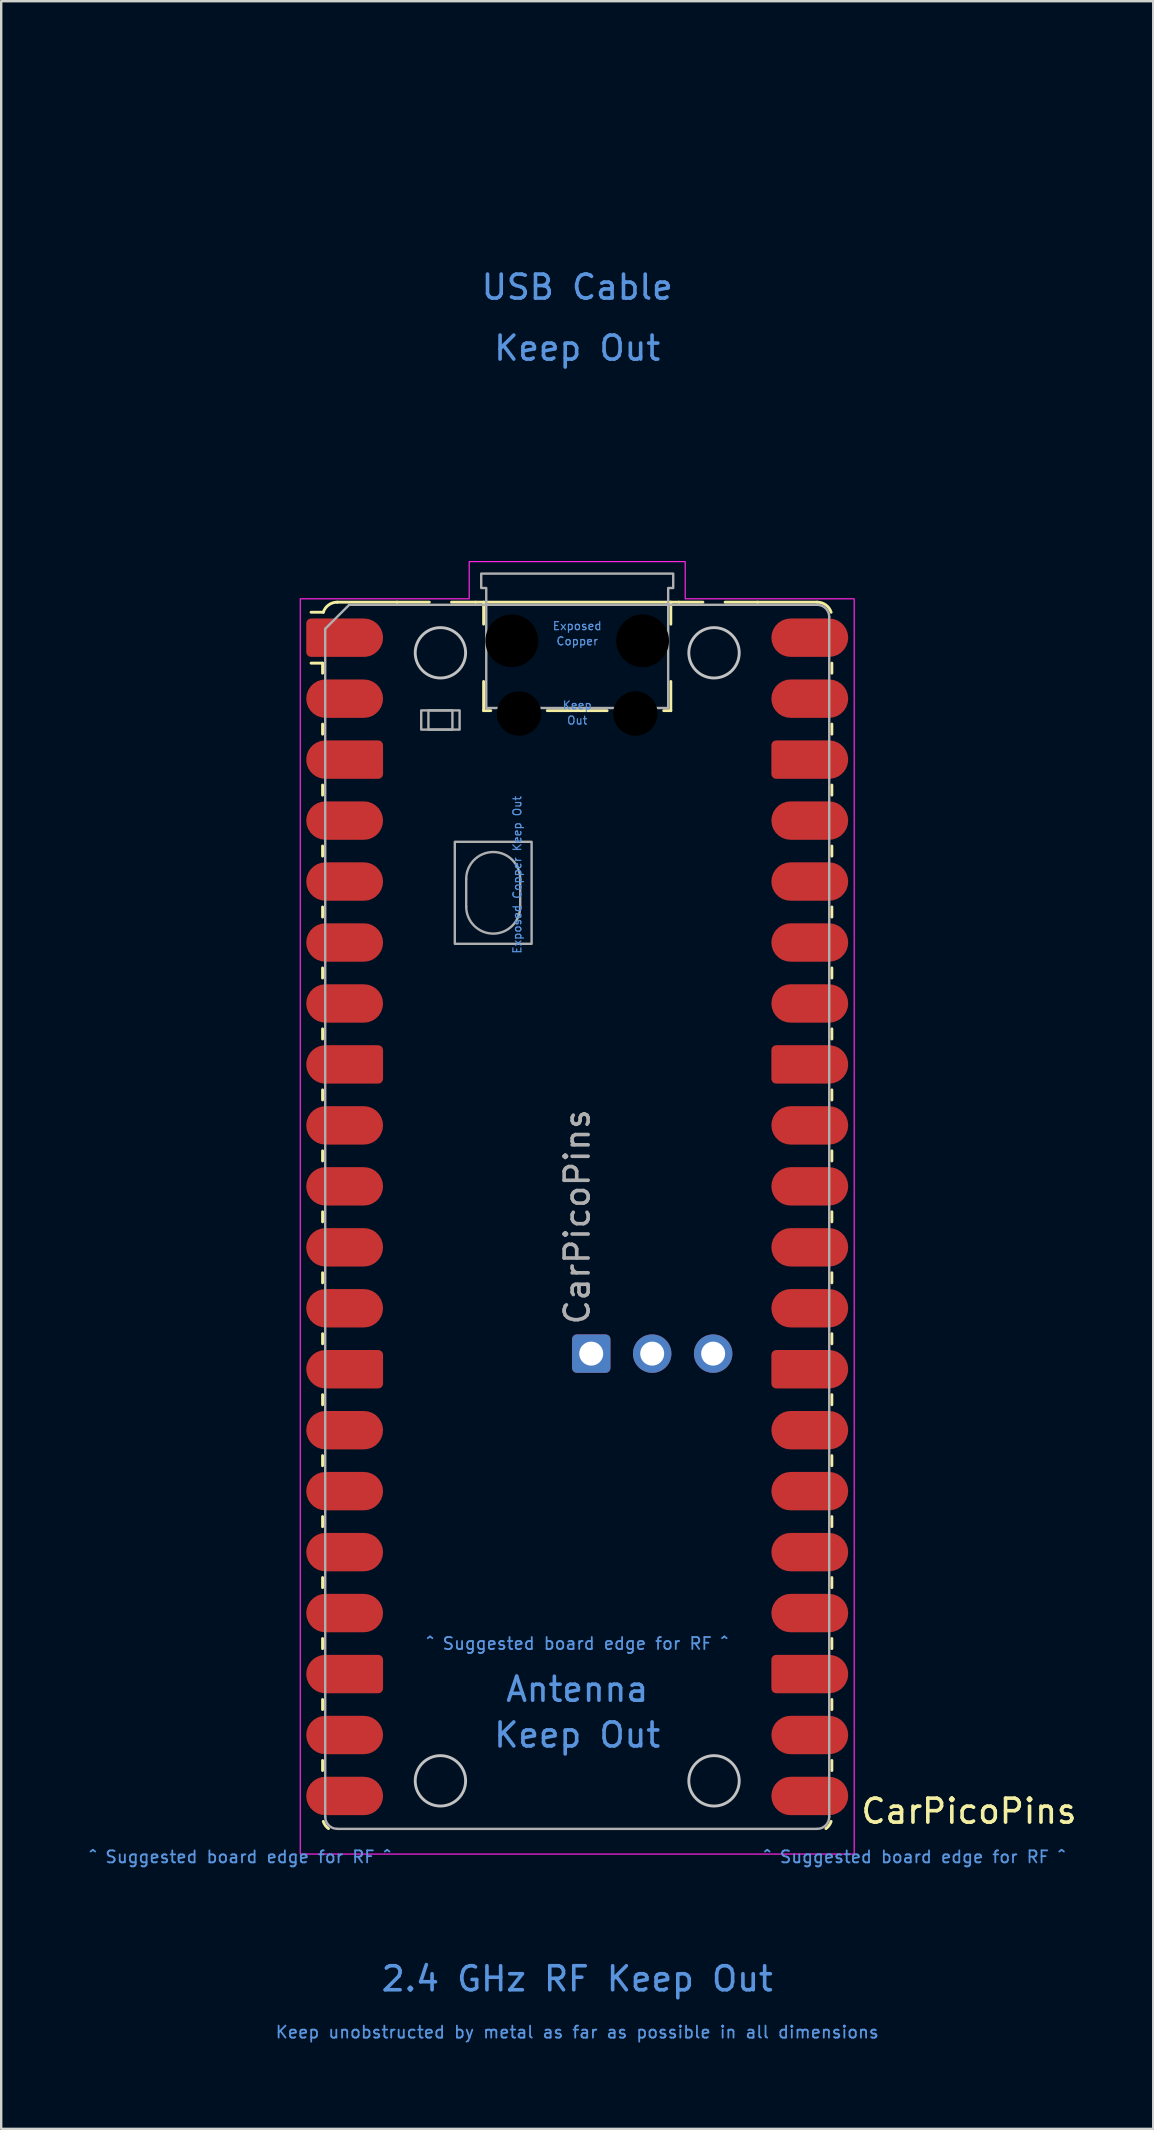
<source format=kicad_pcb>
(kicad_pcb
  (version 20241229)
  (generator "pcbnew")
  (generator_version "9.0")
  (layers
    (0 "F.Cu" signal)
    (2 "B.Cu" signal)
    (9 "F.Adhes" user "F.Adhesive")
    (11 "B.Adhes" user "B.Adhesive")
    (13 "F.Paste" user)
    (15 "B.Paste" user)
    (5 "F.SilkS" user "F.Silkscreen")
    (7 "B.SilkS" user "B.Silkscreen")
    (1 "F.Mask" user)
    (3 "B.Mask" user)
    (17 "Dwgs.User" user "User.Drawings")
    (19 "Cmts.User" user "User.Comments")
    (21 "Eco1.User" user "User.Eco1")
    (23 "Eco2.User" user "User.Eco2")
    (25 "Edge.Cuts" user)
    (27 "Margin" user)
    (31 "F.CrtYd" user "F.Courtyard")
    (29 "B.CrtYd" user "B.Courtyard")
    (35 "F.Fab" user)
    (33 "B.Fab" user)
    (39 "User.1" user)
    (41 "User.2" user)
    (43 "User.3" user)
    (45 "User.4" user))
  (footprint "CarPicoPins"
    (layer "F.Cu")
    (at 21 47.65)
    (property "Reference" "CarPicoPins" (at 11.748 24.765 0) (unlocked yes) (layer "F.SilkS") (effects (font (size 1 1) (thickness 0.15)) (justify left)))
    (attr smd)
    (fp_line (start -10.61 -23.07) (end -11.09 -23.07) (stroke (width 0.12) (type solid)) (layer "F.SilkS"))
    (fp_line (start -10.61 -23.07) (end -10.61 -22.65) (stroke (width 0.12) (type solid)) (layer "F.SilkS"))
    (fp_line (start -10.61 -20.53) (end -10.61 -20.11) (stroke (width 0.12) (type solid)) (layer "F.SilkS"))
    (fp_line (start -10.61 -17.99) (end -10.61 -17.57) (stroke (width 0.12) (type solid)) (layer "F.SilkS"))
    (fp_line (start -10.61 -15.45) (end -10.61 -15.03) (stroke (width 0.12) (type solid)) (layer "F.SilkS"))
    (fp_line (start -10.61 -12.91) (end -10.61 -12.49) (stroke (width 0.12) (type solid)) (layer "F.SilkS"))
    (fp_line (start -10.61 -10.37) (end -10.61 -9.95) (stroke (width 0.12) (type solid)) (layer "F.SilkS"))
    (fp_line (start -10.61 -7.83) (end -10.61 -7.41) (stroke (width 0.12) (type solid)) (layer "F.SilkS"))
    (fp_line (start -10.61 -5.29) (end -10.61 -4.87) (stroke (width 0.12) (type solid)) (layer "F.SilkS"))
    (fp_line (start -10.61 -2.75) (end -10.61 -2.33) (stroke (width 0.12) (type solid)) (layer "F.SilkS"))
    (fp_line (start -10.61 -0.21) (end -10.61 0.21) (stroke (width 0.12) (type solid)) (layer "F.SilkS"))
    (fp_line (start -10.61 2.33) (end -10.61 2.75) (stroke (width 0.12) (type solid)) (layer "F.SilkS"))
    (fp_line (start -10.61 4.87) (end -10.61 5.29) (stroke (width 0.12) (type solid)) (layer "F.SilkS"))
    (fp_line (start -10.61 7.41) (end -10.61 7.83) (stroke (width 0.12) (type solid)) (layer "F.SilkS"))
    (fp_line (start -10.61 9.95) (end -10.61 10.37) (stroke (width 0.12) (type solid)) (layer "F.SilkS"))
    (fp_line (start -10.61 12.49) (end -10.61 12.91) (stroke (width 0.12) (type solid)) (layer "F.SilkS"))
    (fp_line (start -10.61 15.03) (end -10.61 15.45) (stroke (width 0.12) (type solid)) (layer "F.SilkS"))
    (fp_line (start -10.61 17.57) (end -10.61 17.99) (stroke (width 0.12) (type solid)) (layer "F.SilkS"))
    (fp_line (start -10.61 20.11) (end -10.61 20.53) (stroke (width 0.12) (type solid)) (layer "F.SilkS"))
    (fp_line (start -10.61 22.65) (end -10.61 23.07) (stroke (width 0.12) (type solid)) (layer "F.SilkS"))
    (fp_line (start -10.58 -25.19) (end -11.09 -25.19) (stroke (width 0.12) (type solid)) (layer "F.SilkS"))
    (fp_line (start -10 -25.61) (end -7.51 -25.61) (stroke (width 0.12) (type solid)) (layer "F.SilkS"))
    (fp_line (start -7.51 -25.61) (end -6.162 -25.61) (stroke (width 0.12) (type solid)) (layer "F.SilkS"))
    (fp_line (start -5.238 -25.61) (end -4.235 -25.61) (stroke (width 0.12) (type solid)) (layer "F.SilkS"))
    (fp_line (start -4.235 -25.61) (end 4.235 -25.61) (stroke (width 0.12) (type solid)) (layer "F.SilkS"))
    (fp_line (start -3.9 -25.61) (end -3.9 -24.694) (stroke (width 0.12) (type solid)) (layer "F.SilkS"))
    (fp_line (start -3.9 -22.306) (end -3.9 -21.09) (stroke (width 0.12) (type solid)) (layer "F.SilkS"))
    (fp_line (start -3.9 -21.09) (end -3.604 -21.09) (stroke (width 0.12) (type solid)) (layer "F.SilkS"))
    (fp_line (start -1.246 -21.09) (end 1.246 -21.09) (stroke (width 0.12) (type solid)) (layer "F.SilkS"))
    (fp_line (start 3.604 -21.09) (end 3.9 -21.09) (stroke (width 0.12) (type solid)) (layer "F.SilkS"))
    (fp_line (start 3.9 -25.61) (end 3.9 -24.694) (stroke (width 0.12) (type solid)) (layer "F.SilkS"))
    (fp_line (start 3.9 -22.306) (end 3.9 -21.09) (stroke (width 0.12) (type solid)) (layer "F.SilkS"))
    (fp_line (start 4.235 -25.61) (end 5.238 -25.61) (stroke (width 0.12) (type solid)) (layer "F.SilkS"))
    (fp_line (start 6.162 -25.61) (end 7.51 -25.61) (stroke (width 0.12) (type solid)) (layer "F.SilkS"))
    (fp_line (start 10 -25.61) (end 7.51 -25.61) (stroke (width 0.12) (type solid)) (layer "F.SilkS"))
    (fp_line (start 10.61 -23.07) (end 10.61 -22.65) (stroke (width 0.12) (type solid)) (layer "F.SilkS"))
    (fp_line (start 10.61 -20.53) (end 10.61 -20.11) (stroke (width 0.12) (type solid)) (layer "F.SilkS"))
    (fp_line (start 10.61 -17.99) (end 10.61 -17.57) (stroke (width 0.12) (type solid)) (layer "F.SilkS"))
    (fp_line (start 10.61 -15.45) (end 10.61 -15.03) (stroke (width 0.12) (type solid)) (layer "F.SilkS"))
    (fp_line (start 10.61 -12.91) (end 10.61 -12.49) (stroke (width 0.12) (type solid)) (layer "F.SilkS"))
    (fp_line (start 10.61 -10.37) (end 10.61 -9.95) (stroke (width 0.12) (type solid)) (layer "F.SilkS"))
    (fp_line (start 10.61 -7.83) (end 10.61 -7.41) (stroke (width 0.12) (type solid)) (layer "F.SilkS"))
    (fp_line (start 10.61 -5.29) (end 10.61 -4.87) (stroke (width 0.12) (type solid)) (layer "F.SilkS"))
    (fp_line (start 10.61 -2.75) (end 10.61 -2.33) (stroke (width 0.12) (type solid)) (layer "F.SilkS"))
    (fp_line (start 10.61 -0.21) (end 10.61 0.21) (stroke (width 0.12) (type solid)) (layer "F.SilkS"))
    (fp_line (start 10.61 2.33) (end 10.61 2.75) (stroke (width 0.12) (type solid)) (layer "F.SilkS"))
    (fp_line (start 10.61 4.87) (end 10.61 5.29) (stroke (width 0.12) (type solid)) (layer "F.SilkS"))
    (fp_line (start 10.61 7.41) (end 10.61 7.83) (stroke (width 0.12) (type solid)) (layer "F.SilkS"))
    (fp_line (start 10.61 9.95) (end 10.61 10.37) (stroke (width 0.12) (type solid)) (layer "F.SilkS"))
    (fp_line (start 10.61 12.49) (end 10.61 12.91) (stroke (width 0.12) (type solid)) (layer "F.SilkS"))
    (fp_line (start 10.61 15.03) (end 10.61 15.45) (stroke (width 0.12) (type solid)) (layer "F.SilkS"))
    (fp_line (start 10.61 17.57) (end 10.61 17.99) (stroke (width 0.12) (type solid)) (layer "F.SilkS"))
    (fp_line (start 10.61 20.11) (end 10.61 20.53) (stroke (width 0.12) (type solid)) (layer "F.SilkS"))
    (fp_line (start 10.61 22.65) (end 10.61 23.07) (stroke (width 0.12) (type solid)) (layer "F.SilkS"))
    (fp_arc (start -10.579676 -25.19) (mid -10.357938 -25.493944) (end -10 -25.61) (stroke (width 0.12) (type solid)) (layer "F.SilkS"))
    (fp_arc (start -10.363318 25.49) (mid -10.494791 25.356765) (end -10.579676 25.189937) (stroke (width 0.12) (type solid)) (layer "F.SilkS"))
    (fp_arc (start 10 -25.61) (mid 10.357937 -25.493944) (end 10.579676 -25.189937) (stroke (width 0.12) (type solid)) (layer "F.SilkS"))
    (fp_arc (start 10.579676 25.189937) (mid 10.494803 25.356773) (end 10.363318 25.49) (stroke (width 0.12) (type solid)) (layer "F.SilkS"))
    (fp_circle (center -5.7 -23.5) (end -4.65 -23.5) (stroke (width 0.12) (type solid)) (fill no) (layer "Dwgs.User"))
    (fp_circle (center -5.7 23.5) (end -4.65 23.5) (stroke (width 0.12) (type solid)) (fill no) (layer "Dwgs.User"))
    (fp_circle (center 5.7 -23.5) (end 6.75 -23.5) (stroke (width 0.12) (type solid)) (fill no) (layer "Dwgs.User"))
    (fp_circle (center 5.7 23.5) (end 6.75 23.5) (stroke (width 0.12) (type solid)) (fill no) (layer "Dwgs.User"))
    (fp_poly (pts (xy -4.5 -27.3) (xy 4.5 -27.3) (xy 4.5 -25.75) (xy 11.54 -25.75) (xy 11.54 26.55) (xy -11.54 26.55) (xy -11.54 -25.75) (xy -4.5 -25.75)) (stroke (width 0.05) (type solid)) (fill no) (layer "F.CrtYd"))
    (fp_line (start -10.5 -24.5) (end -9.5 -25.5) (stroke (width 0.1) (type solid)) (layer "F.Fab"))
    (fp_line (start -10.5 25) (end -10.5 -24.5) (stroke (width 0.1) (type solid)) (layer "F.Fab"))
    (fp_line (start -9.5 -25.5) (end 10 -25.5) (stroke (width 0.1) (type solid)) (layer "F.Fab"))
    (fp_line (start -4.625 -14.075) (end -4.625 -12.925) (stroke (width 0.1) (type solid)) (layer "F.Fab"))
    (fp_line (start -2.375 -14.075) (end -2.375 -12.925) (stroke (width 0.1) (type solid)) (layer "F.Fab"))
    (fp_line (start 10 25.5) (end -10 25.5) (stroke (width 0.1) (type solid)) (layer "F.Fab"))
    (fp_line (start 10.5 -25) (end 10.5 25) (stroke (width 0.1) (type solid)) (layer "F.Fab"))
    (fp_rect (start -6.5 -21.1) (end -4.9 -20.3) (stroke (width 0.1) (type solid)) (fill no) (layer "F.Fab"))
    (fp_rect (start -6.2 -21.1) (end -5.2 -20.3) (stroke (width 0.1) (type solid)) (fill no) (layer "F.Fab"))
    (fp_rect (start -5.1 -15.625) (end -1.9 -11.375) (stroke (width 0.1) (type solid)) (fill no) (layer "F.Fab"))
    (fp_arc (start -10 25.5) (mid -10.353553 25.353553) (end -10.5 25) (stroke (width 0.1) (type solid)) (layer "F.Fab"))
    (fp_arc (start -4.625 -14.075) (mid -3.5 -15.2) (end -2.375 -14.075) (stroke (width 0.1) (type solid)) (layer "F.Fab"))
    (fp_arc (start -2.375 -12.925) (mid -3.5 -11.8) (end -4.625 -12.925) (stroke (width 0.1) (type solid)) (layer "F.Fab"))
    (fp_arc (start 10 -25.5) (mid 10.353553 -25.353553) (end 10.5 -25) (stroke (width 0.1) (type solid)) (layer "F.Fab"))
    (fp_arc (start 10.5 25) (mid 10.353553 25.353553) (end 10 25.5) (stroke (width 0.1) (type solid)) (layer "F.Fab"))
    (fp_poly (pts (xy 3.79 -21.2) (xy 3.79 -26.2) (xy 4 -26.2) (xy 4 -26.8) (xy -4 -26.8) (xy -4 -26.2) (xy -3.79 -26.2) (xy -3.79 -21.2)) (stroke (width 0.1) (type solid)) (fill no) (layer "F.Fab"))
    (fp_text user "Keep" (at 0 -21.317 0) (unlocked yes) (layer "Cmts.User") (effects (font (size 0.333 0.333) (thickness 0.05))))
    (fp_text user "Exposed Copper Keep Out" (at -2.5 -14.25 90) (unlocked yes) (layer "Cmts.User") (effects (font (size 0.333 0.333) (thickness 0.05))))
    (fp_text user "2.4 GHz RF Keep Out" (at 0 31.75 0) (unlocked yes) (layer "Cmts.User") (effects (font (size 1 1) (thickness 0.15))))
    (fp_text user "^ Suggested board edge for RF ^" (at -14.05 26.67 0) (unlocked yes) (layer "Cmts.User") (effects (font (size 0.5 0.5) (thickness 0.075))))
    (fp_text user "Antenna" (at 0 19.685 0) (unlocked yes) (layer "Cmts.User") (effects (font (size 1 1) (thickness 0.15))))
    (fp_text user "Copper" (at 0 -23.983 0) (unlocked yes) (layer "Cmts.User") (effects (font (size 0.333 0.333) (thickness 0.05))))
    (fp_text user "Out" (at 0 -20.683 0) (unlocked yes) (layer "Cmts.User") (effects (font (size 0.333 0.333) (thickness 0.05))))
    (fp_text user "Exposed" (at 0 -24.617 0) (unlocked yes) (layer "Cmts.User") (effects (font (size 0.333 0.333) (thickness 0.05))))
    (fp_text user "Keep unobstructed by metal as far as possible in all dimensions" (at 0 33.972 0) (unlocked yes) (layer "Cmts.User") (effects (font (size 0.5 0.5) (thickness 0.075))))
    (fp_text user "USB Cable" (at 0 -38.735 0) (unlocked yes) (layer "Cmts.User") (effects (font (size 1 1) (thickness 0.15))))
    (fp_text user "Keep Out" (at 0 21.59 0) (unlocked yes) (layer "Cmts.User") (effects (font (size 1 1) (thickness 0.15))))
    (fp_text user "^ Suggested board edge for RF ^" (at 0 17.78 0) (unlocked yes) (layer "Cmts.User") (effects (font (size 0.5 0.5) (thickness 0.075))))
    (fp_text user "^ Suggested board edge for RF ^" (at 14.05 26.67 0) (unlocked yes) (layer "Cmts.User") (effects (font (size 0.5 0.5) (thickness 0.075))))
    (fp_text user "Keep Out" (at 0 -36.195 0) (unlocked yes) (layer "Cmts.User") (effects (font (size 1 1) (thickness 0.15))))
    (fp_text user "${REFERENCE}" (at 0 0 90) (layer "F.Fab") (effects (font (size 1 1) (thickness 0.15))))
    (pad "" smd rect (at -8.89 -24.13) (size 3.8 2.2) (drill (offset -0.8 0)) (layers "F.Paste"))
    (pad "" smd rect (at -8.89 -21.59) (size 3.8 2.2) (drill (offset -0.8 0)) (layers "F.Paste"))
    (pad "" smd rect (at -8.89 -19.05) (size 3.8 2.2) (drill (offset -0.8 0)) (layers "F.Paste"))
    (pad "" smd rect (at -8.89 -16.51) (size 3.8 2.2) (drill (offset -0.8 0)) (layers "F.Paste"))
    (pad "" smd rect (at -8.89 -13.97) (size 3.8 2.2) (drill (offset -0.8 0)) (layers "F.Paste"))
    (pad "" smd rect (at -8.89 -11.43) (size 3.8 2.2) (drill (offset -0.8 0)) (layers "F.Paste"))
    (pad "" smd rect (at -8.89 -8.89) (size 3.8 2.2) (drill (offset -0.8 0)) (layers "F.Paste"))
    (pad "" smd rect (at -8.89 -6.35) (size 3.8 2.2) (drill (offset -0.8 0)) (layers "F.Paste"))
    (pad "" smd rect (at -8.89 -3.81) (size 3.8 2.2) (drill (offset -0.8 0)) (layers "F.Paste"))
    (pad "" smd rect (at -8.89 -1.27) (size 3.8 2.2) (drill (offset -0.8 0)) (layers "F.Paste"))
    (pad "" smd rect (at -8.89 1.27) (size 3.8 2.2) (drill (offset -0.8 0)) (layers "F.Paste"))
    (pad "" smd rect (at -8.89 3.81) (size 3.8 2.2) (drill (offset -0.8 0)) (layers "F.Paste"))
    (pad "" smd rect (at -8.89 6.35) (size 3.8 2.2) (drill (offset -0.8 0)) (layers "F.Paste"))
    (pad "" smd rect (at -8.89 8.89) (size 3.8 2.2) (drill (offset -0.8 0)) (layers "F.Paste"))
    (pad "" smd rect (at -8.89 11.43) (size 3.8 2.2) (drill (offset -0.8 0)) (layers "F.Paste"))
    (pad "" smd rect (at -8.89 13.97) (size 3.8 2.2) (drill (offset -0.8 0)) (layers "F.Paste"))
    (pad "" smd rect (at -8.89 16.51) (size 3.8 2.2) (drill (offset -0.8 0)) (layers "F.Paste"))
    (pad "" smd rect (at -8.89 19.05) (size 3.8 2.2) (drill (offset -0.8 0)) (layers "F.Paste"))
    (pad "" smd rect (at -8.89 21.59) (size 3.8 2.2) (drill (offset -0.8 0)) (layers "F.Paste"))
    (pad "" smd rect (at -8.89 24.13) (size 3.8 2.2) (drill (offset -0.8 0)) (layers "F.Paste"))
    (pad "" np_thru_hole circle (at -2.725 -24) (size 2.2 2.2) (drill 2.2) (layers "*.Mask"))
    (pad "" np_thru_hole circle (at -2.425 -20.97) (size 1.85 1.85) (drill 1.85) (layers "*.Mask"))
    (pad "" np_thru_hole circle (at 2.425 -20.97) (size 1.85 1.85) (drill 1.85) (layers "*.Mask"))
    (pad "" np_thru_hole circle (at 2.725 -24) (size 2.2 2.2) (drill 2.2) (layers "*.Mask"))
    (pad "" smd rect (at 8.89 -24.13) (size 3.8 2.2) (drill (offset 0.8 0)) (layers "F.Paste"))
    (pad "" smd rect (at 8.89 -21.59) (size 3.8 2.2) (drill (offset 0.8 0)) (layers "F.Paste"))
    (pad "" smd rect (at 8.89 -19.05) (size 3.8 2.2) (drill (offset 0.8 0)) (layers "F.Paste"))
    (pad "" smd rect (at 8.89 -16.51) (size 3.8 2.2) (drill (offset 0.8 0)) (layers "F.Paste"))
    (pad "" smd rect (at 8.89 -13.97) (size 3.8 2.2) (drill (offset 0.8 0)) (layers "F.Paste"))
    (pad "" smd rect (at 8.89 -11.43) (size 3.8 2.2) (drill (offset 0.8 0)) (layers "F.Paste"))
    (pad "" smd rect (at 8.89 -8.89) (size 3.8 2.2) (drill (offset 0.8 0)) (layers "F.Paste"))
    (pad "" smd rect (at 8.89 -6.35) (size 3.8 2.2) (drill (offset 0.8 0)) (layers "F.Paste"))
    (pad "" smd rect (at 8.89 -3.81) (size 3.8 2.2) (drill (offset 0.8 0)) (layers "F.Paste"))
    (pad "" smd rect (at 8.89 -1.27) (size 3.8 2.2) (drill (offset 0.8 0)) (layers "F.Paste"))
    (pad "" smd rect (at 8.89 1.27) (size 3.8 2.2) (drill (offset 0.8 0)) (layers "F.Paste"))
    (pad "" smd rect (at 8.89 3.81) (size 3.8 2.2) (drill (offset 0.8 0)) (layers "F.Paste"))
    (pad "" smd rect (at 8.89 6.35) (size 3.8 2.2) (drill (offset 0.8 0)) (layers "F.Paste"))
    (pad "" smd rect (at 8.89 8.89) (size 3.8 2.2) (drill (offset 0.8 0)) (layers "F.Paste"))
    (pad "" smd rect (at 8.89 11.43) (size 3.8 2.2) (drill (offset 0.8 0)) (layers "F.Paste"))
    (pad "" smd rect (at 8.89 13.97) (size 3.8 2.2) (drill (offset 0.8 0)) (layers "F.Paste"))
    (pad "" smd rect (at 8.89 16.51) (size 3.8 2.2) (drill (offset 0.8 0)) (layers "F.Paste"))
    (pad "" smd rect (at 8.89 19.05) (size 3.8 2.2) (drill (offset 0.8 0)) (layers "F.Paste"))
    (pad "" smd rect (at 8.89 21.59) (size 3.8 2.2) (drill (offset 0.8 0)) (layers "F.Paste"))
    (pad "" smd rect (at 8.89 24.13) (size 3.8 2.2) (drill (offset 0.8 0)) (layers "F.Paste"))
    (pad "1" smd custom (at -9.69 -24.13) (size 1.6 0.8) (layers "F.Cu" "F.Mask") (options (anchor rect)) (primitives (gr_circle (center 0.8 0) (end 1.6 0) (width 0) (fill yes)) (gr_poly (pts (xy -1.6 -0.6) (xy -1.6 0.6) (xy -1.4 0.8) (xy 0.8 0.8) (xy 0.8 -0.8) (xy -1.4 -0.8)) (width 0) (fill yes)) (gr_circle (center -1.4 -0.6) (end -1.2 -0.6) (width 0) (fill yes)) (gr_circle (center -1.4 0.6) (end -1.2 0.6) (width 0) (fill yes))))
    (pad "2" smd roundrect (at -9.69 -21.59) (size 3.2 1.6) (layers "F.Cu" "F.Mask") (roundrect_rratio 0.5))
    (pad "3" smd custom (at -9.69 -19.05) (size 1.6 0.8) (layers "F.Cu" "F.Mask") (options (anchor rect)) (primitives (gr_circle (center -0.8 0) (end 0 0) (width 0) (fill yes)) (gr_poly (pts (xy 1.6 -0.6) (xy 1.6 0.6) (xy 1.4 0.8) (xy -0.8 0.8) (xy -0.8 -0.8) (xy 1.4 -0.8)) (width 0) (fill yes)) (gr_circle (center 1.4 -0.6) (end 1.6 -0.6) (width 0) (fill yes)) (gr_circle (center 1.4 0.6) (end 1.6 0.6) (width 0) (fill yes))))
    (pad "4" smd roundrect (at -9.69 -16.51) (size 3.2 1.6) (layers "F.Cu" "F.Mask") (roundrect_rratio 0.5))
    (pad "5" smd roundrect (at -9.69 -13.97) (size 3.2 1.6) (layers "F.Cu" "F.Mask") (roundrect_rratio 0.5))
    (pad "6" smd roundrect (at -9.69 -11.43) (size 3.2 1.6) (layers "F.Cu" "F.Mask") (roundrect_rratio 0.5))
    (pad "7" smd roundrect (at -9.69 -8.89) (size 3.2 1.6) (layers "F.Cu" "F.Mask") (roundrect_rratio 0.5))
    (pad "8" smd custom (at -9.69 -6.35) (size 1.6 0.8) (layers "F.Cu" "F.Mask") (options (anchor rect)) (primitives (gr_circle (center -0.8 0) (end 0 0) (width 0) (fill yes)) (gr_poly (pts (xy 1.6 -0.6) (xy 1.6 0.6) (xy 1.4 0.8) (xy -0.8 0.8) (xy -0.8 -0.8) (xy 1.4 -0.8)) (width 0) (fill yes)) (gr_circle (center 1.4 -0.6) (end 1.6 -0.6) (width 0) (fill yes)) (gr_circle (center 1.4 0.6) (end 1.6 0.6) (width 0) (fill yes))))
    (pad "9" smd roundrect (at -9.69 -3.81) (size 3.2 1.6) (layers "F.Cu" "F.Mask") (roundrect_rratio 0.5))
    (pad "10" smd roundrect (at -9.69 -1.27) (size 3.2 1.6) (layers "F.Cu" "F.Mask") (roundrect_rratio 0.5))
    (pad "11" smd roundrect (at -9.69 1.27) (size 3.2 1.6) (layers "F.Cu" "F.Mask") (roundrect_rratio 0.5))
    (pad "12" smd roundrect (at -9.69 3.81) (size 3.2 1.6) (layers "F.Cu" "F.Mask") (roundrect_rratio 0.5))
    (pad "13" smd custom (at -9.69 6.35) (size 1.6 0.8) (layers "F.Cu" "F.Mask") (options (anchor rect)) (primitives (gr_circle (center -0.8 0) (end 0 0) (width 0) (fill yes)) (gr_poly (pts (xy 1.6 -0.6) (xy 1.6 0.6) (xy 1.4 0.8) (xy -0.8 0.8) (xy -0.8 -0.8) (xy 1.4 -0.8)) (width 0) (fill yes)) (gr_circle (center 1.4 -0.6) (end 1.6 -0.6) (width 0) (fill yes)) (gr_circle (center 1.4 0.6) (end 1.6 0.6) (width 0) (fill yes))))
    (pad "14" smd roundrect (at -9.69 8.89) (size 3.2 1.6) (layers "F.Cu" "F.Mask") (roundrect_rratio 0.5))
    (pad "15" smd roundrect (at -9.69 11.43) (size 3.2 1.6) (layers "F.Cu" "F.Mask") (roundrect_rratio 0.5))
    (pad "16" smd roundrect (at -9.69 13.97) (size 3.2 1.6) (layers "F.Cu" "F.Mask") (roundrect_rratio 0.5))
    (pad "17" smd roundrect (at -9.69 16.51) (size 3.2 1.6) (layers "F.Cu" "F.Mask") (roundrect_rratio 0.5))
    (pad "18" smd custom (at -9.69 19.05) (size 1.6 0.8) (layers "F.Cu" "F.Mask") (options (anchor rect)) (primitives (gr_circle (center -0.8 0) (end 0 0) (width 0) (fill yes)) (gr_poly (pts (xy 1.6 -0.6) (xy 1.6 0.6) (xy 1.4 0.8) (xy -0.8 0.8) (xy -0.8 -0.8) (xy 1.4 -0.8)) (width 0) (fill yes)) (gr_circle (center 1.4 -0.6) (end 1.6 -0.6) (width 0) (fill yes)) (gr_circle (center 1.4 0.6) (end 1.6 0.6) (width 0) (fill yes))))
    (pad "19" smd roundrect (at -9.69 21.59) (size 3.2 1.6) (layers "F.Cu" "F.Mask") (roundrect_rratio 0.5))
    (pad "20" smd roundrect (at -9.69 24.13) (size 3.2 1.6) (layers "F.Cu" "F.Mask") (roundrect_rratio 0.5))
    (pad "21" smd roundrect (at 9.69 24.13) (size 3.2 1.6) (layers "F.Cu" "F.Mask") (roundrect_rratio 0.5))
    (pad "22" smd roundrect (at 9.69 21.59) (size 3.2 1.6) (layers "F.Cu" "F.Mask") (roundrect_rratio 0.5))
    (pad "23" smd custom (at 9.69 19.05) (size 1.6 0.8) (layers "F.Cu" "F.Mask") (options (anchor rect)) (primitives (gr_circle (center 0.8 0) (end 1.6 0) (width 0) (fill yes)) (gr_poly (pts (xy -1.6 -0.6) (xy -1.6 0.6) (xy -1.4 0.8) (xy 0.8 0.8) (xy 0.8 -0.8) (xy -1.4 -0.8)) (width 0) (fill yes)) (gr_circle (center -1.4 -0.6) (end -1.2 -0.6) (width 0) (fill yes)) (gr_circle (center -1.4 0.6) (end -1.2 0.6) (width 0) (fill yes))))
    (pad "24" smd roundrect (at 9.69 16.51) (size 3.2 1.6) (layers "F.Cu" "F.Mask") (roundrect_rratio 0.5))
    (pad "25" smd roundrect (at 9.69 13.97) (size 3.2 1.6) (layers "F.Cu" "F.Mask") (roundrect_rratio 0.5))
    (pad "26" smd roundrect (at 9.69 11.43) (size 3.2 1.6) (layers "F.Cu" "F.Mask") (roundrect_rratio 0.5))
    (pad "27" smd roundrect (at 9.69 8.89) (size 3.2 1.6) (layers "F.Cu" "F.Mask") (roundrect_rratio 0.5))
    (pad "28" smd custom (at 9.69 6.35) (size 1.6 0.8) (layers "F.Cu" "F.Mask") (options (anchor rect)) (primitives (gr_circle (center 0.8 0) (end 1.6 0) (width 0) (fill yes)) (gr_poly (pts (xy -1.6 -0.6) (xy -1.6 0.6) (xy -1.4 0.8) (xy 0.8 0.8) (xy 0.8 -0.8) (xy -1.4 -0.8)) (width 0) (fill yes)) (gr_circle (center -1.4 -0.6) (end -1.2 -0.6) (width 0) (fill yes)) (gr_circle (center -1.4 0.6) (end -1.2 0.6) (width 0) (fill yes))))
    (pad "29" smd roundrect (at 9.69 3.81) (size 3.2 1.6) (layers "F.Cu" "F.Mask") (roundrect_rratio 0.5))
    (pad "30" smd roundrect (at 9.69 1.27) (size 3.2 1.6) (layers "F.Cu" "F.Mask") (roundrect_rratio 0.5))
    (pad "31" smd roundrect (at 9.69 -1.27) (size 3.2 1.6) (layers "F.Cu" "F.Mask") (roundrect_rratio 0.5))
    (pad "32" smd roundrect (at 9.69 -3.81) (size 3.2 1.6) (layers "F.Cu" "F.Mask") (roundrect_rratio 0.5))
    (pad "33" smd custom (at 9.69 -6.35) (size 1.6 0.8) (layers "F.Cu" "F.Mask") (options (anchor rect)) (primitives (gr_circle (center 0.8 0) (end 1.6 0) (width 0) (fill yes)) (gr_poly (pts (xy -1.6 -0.6) (xy -1.6 0.6) (xy -1.4 0.8) (xy 0.8 0.8) (xy 0.8 -0.8) (xy -1.4 -0.8)) (width 0) (fill yes)) (gr_circle (center -1.4 -0.6) (end -1.2 -0.6) (width 0) (fill yes)) (gr_circle (center -1.4 0.6) (end -1.2 0.6) (width 0) (fill yes))))
    (pad "34" smd roundrect (at 9.69 -8.89) (size 3.2 1.6) (layers "F.Cu" "F.Mask") (roundrect_rratio 0.5))
    (pad "35" smd roundrect (at 9.69 -11.43) (size 3.2 1.6) (layers "F.Cu" "F.Mask") (roundrect_rratio 0.5))
    (pad "36" smd roundrect (at 9.69 -13.97) (size 3.2 1.6) (layers "F.Cu" "F.Mask") (roundrect_rratio 0.5))
    (pad "37" smd roundrect (at 9.69 -16.51) (size 3.2 1.6) (layers "F.Cu" "F.Mask") (roundrect_rratio 0.5))
    (pad "38" smd custom (at 9.69 -19.05) (size 1.6 0.8) (layers "F.Cu" "F.Mask") (options (anchor rect)) (primitives (gr_circle (center 0.8 0) (end 1.6 0) (width 0) (fill yes)) (gr_poly (pts (xy -1.6 -0.6) (xy -1.6 0.6) (xy -1.4 0.8) (xy 0.8 0.8) (xy 0.8 -0.8) (xy -1.4 -0.8)) (width 0) (fill yes)) (gr_circle (center -1.4 -0.6) (end -1.2 -0.6) (width 0) (fill yes)) (gr_circle (center -1.4 0.6) (end -1.2 0.6) (width 0) (fill yes))))
    (pad "39" smd roundrect (at 9.69 -21.59) (size 3.2 1.6) (layers "F.Cu" "F.Mask") (roundrect_rratio 0.5))
    (pad "40" smd roundrect (at 9.69 -24.13) (size 3.2 1.6) (layers "F.Cu" "F.Mask") (roundrect_rratio 0.5))
    (pad "D1" thru_hole roundrect (at 0.584 5.7) (size 1.6 1.6) (drill 1) (layers "*.Cu" "*.Mask") (roundrect_rratio 0.125))
    (pad "D2" thru_hole circle (at 3.124 5.7) (size 1.6 1.6) (drill 1) (layers "*.Cu" "*.Mask"))
    (pad "D3" thru_hole circle (at 5.664 5.7) (size 1.6 1.6) (drill 1) (layers "*.Cu" "*.Mask"))
    (zone (net_name "") (layers "F.Cu" "B.Cu" "F.Paste" "B.Paste") (name "RF Copper Keep Out") (hatch full 0.5) (connect_pads) (min_thickness 0.254) (filled_areas_thickness no) (keepout (tracks not_allowed) (vias not_allowed) (pads not_allowed) (copperpour not_allowed) (footprints not_allowed)) (placement (enabled no)) (fill) (polygon (pts (xy 0 72.65) (xy 42 72.65) (xy 42 82.65) (xy 0 82.65))))
    (zone (net_name "") (layers "F.Cu" "B.Cu" "F.Paste" "B.Paste") (name "Antenna Copper Keep Out") (hatch full 0.5) (connect_pads) (min_thickness 0.254) (filled_areas_thickness no) (keepout (tracks not_allowed) (vias not_allowed) (pads not_allowed) (copperpour not_allowed) (footprints not_allowed)) (placement (enabled no)) (fill) (polygon (pts (xy 18.6 72.64) (xy 13.9 68.99) (xy 13.9 64.65) (xy 28.1 64.65) (xy 28.1 68.99) (xy 23.4 72.64) (xy 23.4 72.65) (xy 18.6 72.65))))
    (zone (net_name "") (layers "F.Cu" "F.Paste") (name "Pad Keep Out TP6") (hatch full 0.5) (connect_pads) (min_thickness 0.25) (filled_areas_thickness no) (keepout (tracks not_allowed) (vias not_allowed) (pads not_allowed) (copperpour not_allowed) (footprints allowed)) (placement (enabled no)) (fill) (polygon (pts (xy 17.984 37.598) (xy 17.858 37.564) (xy 17.744 37.498) (xy 17.652 37.406) (xy 17.586 37.292) (xy 17.552 37.166) (xy 17.55 37.1) (xy 17.55 33.4) (xy 19.45 33.4) (xy 19.45 37.1) (xy 19.448 37.166) (xy 19.414 37.292) (xy 19.348 37.406) (xy 19.256 37.498) (xy 19.142 37.564) (xy 19.016 37.598) (xy 18.95 37.6) (xy 18.05 37.6))))
    (zone (net_name "") (layers "F.Cu" "F.Paste") (name "Pad Keep Out TP3") (hatch full 0.5) (connect_pads) (min_thickness 0.25) (filled_areas_thickness no) (keepout (tracks not_allowed) (vias not_allowed) (pads not_allowed) (copperpour not_allowed) (footprints allowed)) (placement (enabled no)) (fill) (polygon (pts (xy 19.052 22.834) (xy 19.086 22.708) (xy 19.152 22.594) (xy 19.244 22.502) (xy 19.358 22.436) (xy 19.484 22.402) (xy 19.55 22.4) (xy 20 22.4) (xy 20 24.3) (xy 19.55 24.3) (xy 19.484 24.298) (xy 19.358 24.264) (xy 19.244 24.198) (xy 19.152 24.106) (xy 19.086 23.992) (xy 19.052 23.866) (xy 19.05 23.8) (xy 19.05 22.9))))
    (zone (net_name "") (layers "F.Cu" "F.Paste") (name "Pad Keep Out TP4") (hatch full 0.5) (connect_pads) (min_thickness 0.25) (filled_areas_thickness no) (keepout (tracks not_allowed) (vias not_allowed) (pads not_allowed) (copperpour not_allowed) (footprints allowed)) (placement (enabled no)) (fill) (polygon (pts (xy 19.45 33.4) (xy 19.45 29.7) (xy 19.448 29.634) (xy 19.414 29.508) (xy 19.348 29.394) (xy 19.256 29.302) (xy 19.142 29.236) (xy 19.016 29.202) (xy 18.95 29.2) (xy 18.05 29.2) (xy 17.984 29.202) (xy 17.858 29.236) (xy 17.744 29.302) (xy 17.652 29.394) (xy 17.586 29.508) (xy 17.552 29.634) (xy 17.55 29.7) (xy 17.55 33.4))))
    (zone (net_name "") (layers "F.Cu" "F.Paste") (name "Pad Keep Out TP3") (hatch full 0.5) (connect_pads) (min_thickness 0.25) (filled_areas_thickness no) (keepout (tracks not_allowed) (vias not_allowed) (pads not_allowed) (copperpour not_allowed) (footprints allowed)) (placement (enabled no)) (fill) (polygon (pts (xy 20 24.3) (xy 20.45 24.3) (xy 20.516 24.298) (xy 20.642 24.264) (xy 20.756 24.198) (xy 20.848 24.106) (xy 20.914 23.992) (xy 20.948 23.866) (xy 20.95 23.8) (xy 20.95 22.9) (xy 20.948 22.834) (xy 20.914 22.708) (xy 20.848 22.594) (xy 20.756 22.502) (xy 20.642 22.436) (xy 20.516 22.402) (xy 20.45 22.4) (xy 20 22.4))))
    (zone (net_name "") (layers "F.Cu" "F.Paste") (name "Pad Keep Out TP1") (hatch full 0.5) (connect_pads) (min_thickness 0.25) (filled_areas_thickness no) (keepout (tracks not_allowed) (vias not_allowed) (pads not_allowed) (copperpour not_allowed) (footprints allowed)) (placement (enabled no)) (fill) (polygon (pts (xy 20.052 26.134) (xy 20.086 26.008) (xy 20.152 25.894) (xy 20.244 25.802) (xy 20.358 25.736) (xy 20.484 25.702) (xy 20.55 25.7) (xy 21 25.7) (xy 21 27.6) (xy 20.55 27.6) (xy 20.484 27.598) (xy 20.358 27.564) (xy 20.244 27.498) (xy 20.152 27.406) (xy 20.086 27.292) (xy 20.052 27.166) (xy 20.05 27.1) (xy 20.05 26.2))))
    (zone (net_name "") (layers "F.Cu" "F.Paste") (name "Pad Keep Out TP1") (hatch full 0.5) (connect_pads) (min_thickness 0.25) (filled_areas_thickness no) (keepout (tracks not_allowed) (vias not_allowed) (pads not_allowed) (copperpour not_allowed) (footprints allowed)) (placement (enabled no)) (fill) (polygon (pts (xy 21 27.6) (xy 21.45 27.6) (xy 21.516 27.598) (xy 21.642 27.564) (xy 21.756 27.498) (xy 21.848 27.406) (xy 21.914 27.292) (xy 21.948 27.166) (xy 21.95 27.1) (xy 21.95 26.2) (xy 21.948 26.134) (xy 21.914 26.008) (xy 21.848 25.894) (xy 21.756 25.802) (xy 21.642 25.736) (xy 21.516 25.702) (xy 21.45 25.7) (xy 21 25.7))))
    (zone (net_name "") (layers "F.Cu" "F.Paste") (name "Pad Keep Out TP2") (hatch full 0.5) (connect_pads) (min_thickness 0.25) (filled_areas_thickness no) (keepout (tracks not_allowed) (vias not_allowed) (pads not_allowed) (copperpour not_allowed) (footprints allowed)) (placement (enabled no)) (fill) (polygon (pts (xy 21.052 22.849) (xy 21.086 22.723) (xy 21.152 22.609) (xy 21.244 22.517) (xy 21.358 22.451) (xy 21.484 22.417) (xy 21.55 22.415) (xy 22 22.415) (xy 22 24.315) (xy 21.55 24.315) (xy 21.484 24.313) (xy 21.358 24.279) (xy 21.244 24.213) (xy 21.152 24.121) (xy 21.086 24.007) (xy 21.052 23.881) (xy 21.05 23.815) (xy 21.05 22.915))))
    (zone (net_name "") (layers "F.Cu" "F.Paste") (name "Pad Keep Out TP2") (hatch full 0.5) (connect_pads) (min_thickness 0.25) (filled_areas_thickness no) (keepout (tracks not_allowed) (vias not_allowed) (pads not_allowed) (copperpour not_allowed) (footprints allowed)) (placement (enabled no)) (fill) (polygon (pts (xy 22 24.315) (xy 22.45 24.315) (xy 22.516 24.313) (xy 22.642 24.279) (xy 22.756 24.213) (xy 22.848 24.121) (xy 22.914 24.007) (xy 22.948 23.881) (xy 22.95 23.815) (xy 22.95 22.915) (xy 22.948 22.849) (xy 22.914 22.723) (xy 22.848 22.609) (xy 22.756 22.517) (xy 22.642 22.451) (xy 22.516 22.417) (xy 22.45 22.415) (xy 22 22.415))))
    (zone (net_name "") (layer "Edge.Cuts") (name "Board Keep Out USB Cable") (hatch edge 0.5) (connect_pads) (min_thickness 0.254) (filled_areas_thickness no) (keepout (tracks allowed) (vias allowed) (pads allowed) (copperpour allowed) (footprints allowed)) (placement (enabled no)) (fill) (polygon (pts (xy 14.8 0) (xy 27.2 0) (xy 27.2 20.4) (xy 14.8 20.4))))
    (zone (net_name "") (layer "Edge.Cuts") (name "Board Keep Out Suggestion RF") (hatch edge 0.5) (connect_pads) (min_thickness 0.254) (filled_areas_thickness no) (keepout (tracks allowed) (vias allowed) (pads allowed) (copperpour allowed) (footprints allowed)) (placement (enabled no)) (fill) (polygon (pts (xy 28.1 73.65) (xy 42 73.65) (xy 42 82.65) (xy 0 82.65) (xy 0 73.65) (xy 13.9 73.65) (xy 13.9 64.65) (xy 28.1 64.65))))
    (zone (net_name "") (layer "F.CrtYd") (name "USB Cable Keep Out") (hatch full 0.5) (connect_pads) (min_thickness 0.254) (filled_areas_thickness no) (keepout (tracks allowed) (vias allowed) (pads allowed) (copperpour allowed) (footprints not_allowed)) (placement (enabled no)) (fill) (polygon (pts (xy 15.25 19.95) (xy 17.06 19.95) (xy 17.06 20.35) (xy 24.94 20.35) (xy 24.94 19.95) (xy 26.75 19.95) (xy 26.75 0.45) (xy 15.25 0.45)))))
  (gr_rect
    (start -3 -3)
    (end 45 85.65)
    (stroke (width 0.1) (type default))
    (fill no)
    (layer "Edge.Cuts")))
</source>
